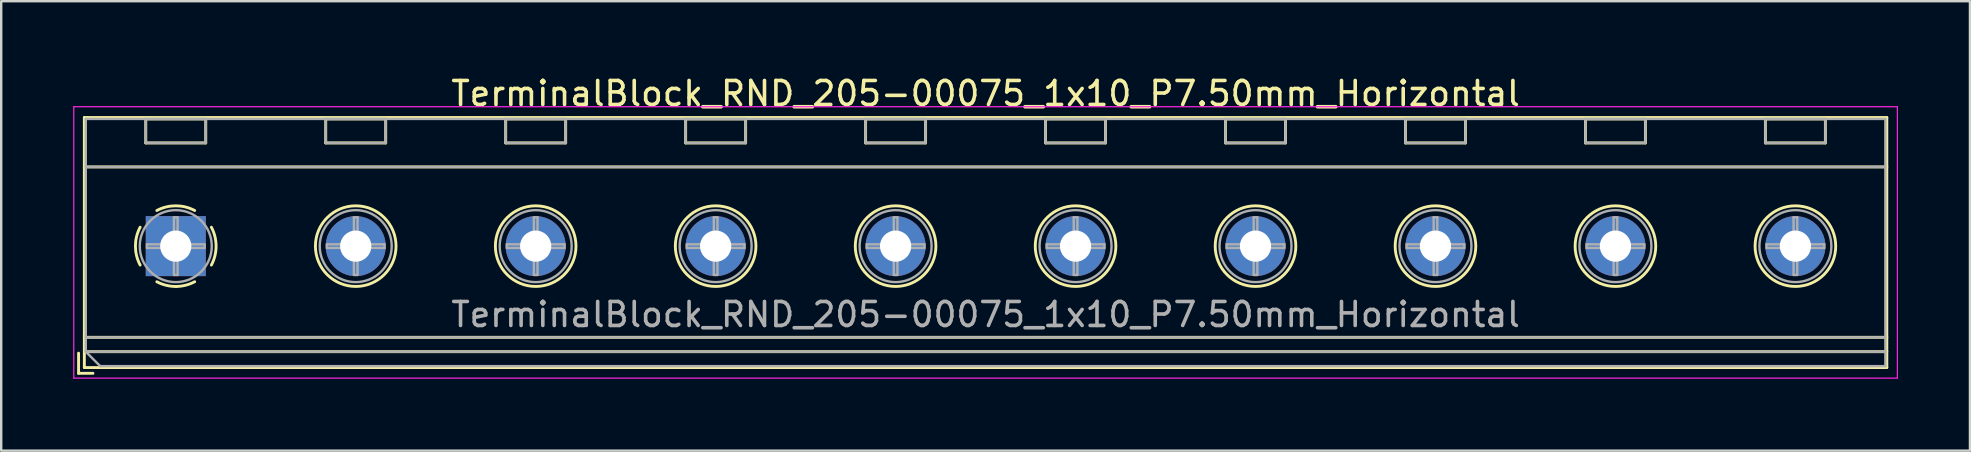
<source format=kicad_pcb>
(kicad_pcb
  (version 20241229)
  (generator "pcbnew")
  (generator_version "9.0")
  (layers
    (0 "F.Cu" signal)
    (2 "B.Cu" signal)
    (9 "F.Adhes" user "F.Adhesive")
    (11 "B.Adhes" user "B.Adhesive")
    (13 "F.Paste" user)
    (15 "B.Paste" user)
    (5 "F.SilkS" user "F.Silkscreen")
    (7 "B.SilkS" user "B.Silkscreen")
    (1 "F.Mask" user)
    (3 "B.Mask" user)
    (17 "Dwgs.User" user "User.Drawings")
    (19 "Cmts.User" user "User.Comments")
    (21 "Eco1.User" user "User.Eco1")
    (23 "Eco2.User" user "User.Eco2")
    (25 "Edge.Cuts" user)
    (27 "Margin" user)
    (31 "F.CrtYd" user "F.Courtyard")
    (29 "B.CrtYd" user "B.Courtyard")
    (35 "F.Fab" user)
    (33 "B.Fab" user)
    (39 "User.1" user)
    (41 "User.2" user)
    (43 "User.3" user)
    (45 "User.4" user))
  (footprint "TerminalBlock_RND_205-00075_1x10_P7.50mm_Horizontal"
    (layer "F.Cu")
    (at 4.275 7.208)
    (property "Reference" "TerminalBlock_RND_205-00075_1x10_P7.50mm_Horizontal" (at 33.75 -6.36 0) (layer "F.SilkS") (effects (font (size 1 1) (thickness 0.15))))
    (attr through_hole)
    (fp_line (start -4.05 4.46) (end -4.05 5.3) (stroke (width 0.12) (type solid)) (layer "F.SilkS"))
    (fp_line (start -4.05 5.3) (end -3.45 5.3) (stroke (width 0.12) (type solid)) (layer "F.SilkS"))
    (fp_line (start -3.81 -5.36) (end -3.81 5.06) (stroke (width 0.12) (type solid)) (layer "F.SilkS"))
    (fp_line (start -3.81 -5.36) (end 71.31 -5.36) (stroke (width 0.12) (type solid)) (layer "F.SilkS"))
    (fp_line (start -3.81 -3.301) (end 71.31 -3.301) (stroke (width 0.12) (type solid)) (layer "F.SilkS"))
    (fp_line (start -3.81 3.8) (end 71.31 3.8) (stroke (width 0.12) (type solid)) (layer "F.SilkS"))
    (fp_line (start -3.81 4.4) (end 71.31 4.4) (stroke (width 0.12) (type solid)) (layer "F.SilkS"))
    (fp_line (start -3.81 5.06) (end 71.31 5.06) (stroke (width 0.12) (type solid)) (layer "F.SilkS"))
    (fp_line (start -1.25 -5.301) (end -1.25 -4.301) (stroke (width 0.12) (type solid)) (layer "F.SilkS"))
    (fp_line (start -1.25 -5.301) (end 1.25 -5.301) (stroke (width 0.12) (type solid)) (layer "F.SilkS"))
    (fp_line (start -1.25 -4.301) (end 1.25 -4.301) (stroke (width 0.12) (type solid)) (layer "F.SilkS"))
    (fp_line (start 1.25 -5.301) (end 1.25 -4.301) (stroke (width 0.12) (type solid)) (layer "F.SilkS"))
    (fp_line (start 6.25 -5.301) (end 6.25 -4.301) (stroke (width 0.12) (type solid)) (layer "F.SilkS"))
    (fp_line (start 6.25 -5.301) (end 8.75 -5.301) (stroke (width 0.12) (type solid)) (layer "F.SilkS"))
    (fp_line (start 6.25 -4.301) (end 8.75 -4.301) (stroke (width 0.12) (type solid)) (layer "F.SilkS"))
    (fp_line (start 8.75 -5.301) (end 8.75 -4.301) (stroke (width 0.12) (type solid)) (layer "F.SilkS"))
    (fp_line (start 13.75 -5.301) (end 13.75 -4.301) (stroke (width 0.12) (type solid)) (layer "F.SilkS"))
    (fp_line (start 13.75 -5.301) (end 16.25 -5.301) (stroke (width 0.12) (type solid)) (layer "F.SilkS"))
    (fp_line (start 13.75 -4.301) (end 16.25 -4.301) (stroke (width 0.12) (type solid)) (layer "F.SilkS"))
    (fp_line (start 16.25 -5.301) (end 16.25 -4.301) (stroke (width 0.12) (type solid)) (layer "F.SilkS"))
    (fp_line (start 21.25 -5.301) (end 21.25 -4.301) (stroke (width 0.12) (type solid)) (layer "F.SilkS"))
    (fp_line (start 21.25 -5.301) (end 23.75 -5.301) (stroke (width 0.12) (type solid)) (layer "F.SilkS"))
    (fp_line (start 21.25 -4.301) (end 23.75 -4.301) (stroke (width 0.12) (type solid)) (layer "F.SilkS"))
    (fp_line (start 23.75 -5.301) (end 23.75 -4.301) (stroke (width 0.12) (type solid)) (layer "F.SilkS"))
    (fp_line (start 28.75 -5.301) (end 28.75 -4.301) (stroke (width 0.12) (type solid)) (layer "F.SilkS"))
    (fp_line (start 28.75 -5.301) (end 31.25 -5.301) (stroke (width 0.12) (type solid)) (layer "F.SilkS"))
    (fp_line (start 28.75 -4.301) (end 31.25 -4.301) (stroke (width 0.12) (type solid)) (layer "F.SilkS"))
    (fp_line (start 31.25 -5.301) (end 31.25 -4.301) (stroke (width 0.12) (type solid)) (layer "F.SilkS"))
    (fp_line (start 36.25 -5.301) (end 36.25 -4.301) (stroke (width 0.12) (type solid)) (layer "F.SilkS"))
    (fp_line (start 36.25 -5.301) (end 38.75 -5.301) (stroke (width 0.12) (type solid)) (layer "F.SilkS"))
    (fp_line (start 36.25 -4.301) (end 38.75 -4.301) (stroke (width 0.12) (type solid)) (layer "F.SilkS"))
    (fp_line (start 38.75 -5.301) (end 38.75 -4.301) (stroke (width 0.12) (type solid)) (layer "F.SilkS"))
    (fp_line (start 43.75 -5.301) (end 43.75 -4.301) (stroke (width 0.12) (type solid)) (layer "F.SilkS"))
    (fp_line (start 43.75 -5.301) (end 46.25 -5.301) (stroke (width 0.12) (type solid)) (layer "F.SilkS"))
    (fp_line (start 43.75 -4.301) (end 46.25 -4.301) (stroke (width 0.12) (type solid)) (layer "F.SilkS"))
    (fp_line (start 46.25 -5.301) (end 46.25 -4.301) (stroke (width 0.12) (type solid)) (layer "F.SilkS"))
    (fp_line (start 51.25 -5.301) (end 51.25 -4.301) (stroke (width 0.12) (type solid)) (layer "F.SilkS"))
    (fp_line (start 51.25 -5.301) (end 53.75 -5.301) (stroke (width 0.12) (type solid)) (layer "F.SilkS"))
    (fp_line (start 51.25 -4.301) (end 53.75 -4.301) (stroke (width 0.12) (type solid)) (layer "F.SilkS"))
    (fp_line (start 53.75 -5.301) (end 53.75 -4.301) (stroke (width 0.12) (type solid)) (layer "F.SilkS"))
    (fp_line (start 58.75 -5.301) (end 58.75 -4.301) (stroke (width 0.12) (type solid)) (layer "F.SilkS"))
    (fp_line (start 58.75 -5.301) (end 61.25 -5.301) (stroke (width 0.12) (type solid)) (layer "F.SilkS"))
    (fp_line (start 58.75 -4.301) (end 61.25 -4.301) (stroke (width 0.12) (type solid)) (layer "F.SilkS"))
    (fp_line (start 61.25 -5.301) (end 61.25 -4.301) (stroke (width 0.12) (type solid)) (layer "F.SilkS"))
    (fp_line (start 66.25 -5.301) (end 66.25 -4.301) (stroke (width 0.12) (type solid)) (layer "F.SilkS"))
    (fp_line (start 66.25 -5.301) (end 68.75 -5.301) (stroke (width 0.12) (type solid)) (layer "F.SilkS"))
    (fp_line (start 66.25 -4.301) (end 68.75 -4.301) (stroke (width 0.12) (type solid)) (layer "F.SilkS"))
    (fp_line (start 68.75 -5.301) (end 68.75 -4.301) (stroke (width 0.12) (type solid)) (layer "F.SilkS"))
    (fp_line (start 71.31 -5.36) (end 71.31 5.06) (stroke (width 0.12) (type solid)) (layer "F.SilkS"))
    (fp_arc (start -1.483953 0.789089) (mid -1.680708 0.00005) (end -1.484 -0.789) (stroke (width 0.12) (type solid)) (layer "F.SilkS"))
    (fp_arc (start -0.789089 -1.483953) (mid -0.00005 -1.680708) (end 0.789 -1.484) (stroke (width 0.12) (type solid)) (layer "F.SilkS"))
    (fp_arc (start 0.029383 1.68045) (mid -0.392304 1.634281) (end -0.789 1.484) (stroke (width 0.12) (type solid)) (layer "F.SilkS"))
    (fp_arc (start 0.788712 1.483352) (mid 0.406429 1.630097) (end 0 1.68) (stroke (width 0.12) (type solid)) (layer "F.SilkS"))
    (fp_arc (start 1.483953 -0.789089) (mid 1.680708 -0.00005) (end 1.484 0.789) (stroke (width 0.12) (type solid)) (layer "F.SilkS"))
    (fp_circle (center 7.5 0) (end 9.18 0) (stroke (width 0.12) (type solid)) (fill no) (layer "F.SilkS"))
    (fp_circle (center 15 0) (end 16.68 0) (stroke (width 0.12) (type solid)) (fill no) (layer "F.SilkS"))
    (fp_circle (center 22.5 0) (end 24.18 0) (stroke (width 0.12) (type solid)) (fill no) (layer "F.SilkS"))
    (fp_circle (center 30 0) (end 31.68 0) (stroke (width 0.12) (type solid)) (fill no) (layer "F.SilkS"))
    (fp_circle (center 37.5 0) (end 39.18 0) (stroke (width 0.12) (type solid)) (fill no) (layer "F.SilkS"))
    (fp_circle (center 45 0) (end 46.68 0) (stroke (width 0.12) (type solid)) (fill no) (layer "F.SilkS"))
    (fp_circle (center 52.5 0) (end 54.18 0) (stroke (width 0.12) (type solid)) (fill no) (layer "F.SilkS"))
    (fp_circle (center 60 0) (end 61.68 0) (stroke (width 0.12) (type solid)) (fill no) (layer "F.SilkS"))
    (fp_circle (center 67.5 0) (end 69.18 0) (stroke (width 0.12) (type solid)) (fill no) (layer "F.SilkS"))
    (fp_line (start -4.25 -5.81) (end -4.25 5.5) (stroke (width 0.05) (type solid)) (layer "F.CrtYd"))
    (fp_line (start -4.25 5.5) (end 71.75 5.5) (stroke (width 0.05) (type solid)) (layer "F.CrtYd"))
    (fp_line (start 71.75 -5.81) (end -4.25 -5.81) (stroke (width 0.05) (type solid)) (layer "F.CrtYd"))
    (fp_line (start 71.75 5.5) (end 71.75 -5.81) (stroke (width 0.05) (type solid)) (layer "F.CrtYd"))
    (fp_line (start -3.75 -5.3) (end 71.25 -5.3) (stroke (width 0.1) (type solid)) (layer "F.Fab"))
    (fp_line (start -3.75 -3.3) (end 71.25 -3.3) (stroke (width 0.1) (type solid)) (layer "F.Fab"))
    (fp_line (start -3.75 3.8) (end 71.25 3.8) (stroke (width 0.1) (type solid)) (layer "F.Fab"))
    (fp_line (start -3.75 4.4) (end -3.75 -5.3) (stroke (width 0.1) (type solid)) (layer "F.Fab"))
    (fp_line (start -3.75 4.4) (end 71.25 4.4) (stroke (width 0.1) (type solid)) (layer "F.Fab"))
    (fp_line (start -3.15 5) (end -3.75 4.4) (stroke (width 0.1) (type solid)) (layer "F.Fab"))
    (fp_line (start -1.25 -5.3) (end -1.25 -4.3) (stroke (width 0.1) (type solid)) (layer "F.Fab"))
    (fp_line (start -1.25 -4.3) (end 1.25 -4.3) (stroke (width 0.1) (type solid)) (layer "F.Fab"))
    (fp_line (start -1.201 -0.076) (end -0.076 -0.076) (stroke (width 0.1) (type solid)) (layer "F.Fab"))
    (fp_line (start -1.201 0.076) (end -1.201 -0.076) (stroke (width 0.1) (type solid)) (layer "F.Fab"))
    (fp_line (start -0.076 -1.201) (end 0.076 -1.201) (stroke (width 0.1) (type solid)) (layer "F.Fab"))
    (fp_line (start -0.076 -0.076) (end -0.076 -1.201) (stroke (width 0.1) (type solid)) (layer "F.Fab"))
    (fp_line (start -0.076 0.076) (end -1.201 0.076) (stroke (width 0.1) (type solid)) (layer "F.Fab"))
    (fp_line (start -0.076 1.201) (end -0.076 0.076) (stroke (width 0.1) (type solid)) (layer "F.Fab"))
    (fp_line (start 0.076 -1.201) (end 0.076 -0.076) (stroke (width 0.1) (type solid)) (layer "F.Fab"))
    (fp_line (start 0.076 -0.076) (end 1.201 -0.076) (stroke (width 0.1) (type solid)) (layer "F.Fab"))
    (fp_line (start 0.076 0.076) (end 0.076 1.201) (stroke (width 0.1) (type solid)) (layer "F.Fab"))
    (fp_line (start 0.076 1.201) (end -0.076 1.201) (stroke (width 0.1) (type solid)) (layer "F.Fab"))
    (fp_line (start 1.201 -0.076) (end 1.201 0.076) (stroke (width 0.1) (type solid)) (layer "F.Fab"))
    (fp_line (start 1.201 0.076) (end 0.076 0.076) (stroke (width 0.1) (type solid)) (layer "F.Fab"))
    (fp_line (start 1.25 -5.3) (end -1.25 -5.3) (stroke (width 0.1) (type solid)) (layer "F.Fab"))
    (fp_line (start 1.25 -4.3) (end 1.25 -5.3) (stroke (width 0.1) (type solid)) (layer "F.Fab"))
    (fp_line (start 6.25 -5.3) (end 6.25 -4.3) (stroke (width 0.1) (type solid)) (layer "F.Fab"))
    (fp_line (start 6.25 -4.3) (end 8.75 -4.3) (stroke (width 0.1) (type solid)) (layer "F.Fab"))
    (fp_line (start 6.299 -0.076) (end 7.424 -0.076) (stroke (width 0.1) (type solid)) (layer "F.Fab"))
    (fp_line (start 6.299 0.076) (end 6.299 -0.076) (stroke (width 0.1) (type solid)) (layer "F.Fab"))
    (fp_line (start 7.424 -1.201) (end 7.576 -1.201) (stroke (width 0.1) (type solid)) (layer "F.Fab"))
    (fp_line (start 7.424 -0.076) (end 7.424 -1.201) (stroke (width 0.1) (type solid)) (layer "F.Fab"))
    (fp_line (start 7.424 0.076) (end 6.299 0.076) (stroke (width 0.1) (type solid)) (layer "F.Fab"))
    (fp_line (start 7.424 1.201) (end 7.424 0.076) (stroke (width 0.1) (type solid)) (layer "F.Fab"))
    (fp_line (start 7.576 -1.201) (end 7.576 -0.076) (stroke (width 0.1) (type solid)) (layer "F.Fab"))
    (fp_line (start 7.576 -0.076) (end 8.701 -0.076) (stroke (width 0.1) (type solid)) (layer "F.Fab"))
    (fp_line (start 7.576 0.076) (end 7.576 1.201) (stroke (width 0.1) (type solid)) (layer "F.Fab"))
    (fp_line (start 7.576 1.201) (end 7.424 1.201) (stroke (width 0.1) (type solid)) (layer "F.Fab"))
    (fp_line (start 8.701 -0.076) (end 8.701 0.076) (stroke (width 0.1) (type solid)) (layer "F.Fab"))
    (fp_line (start 8.701 0.076) (end 7.576 0.076) (stroke (width 0.1) (type solid)) (layer "F.Fab"))
    (fp_line (start 8.75 -5.3) (end 6.25 -5.3) (stroke (width 0.1) (type solid)) (layer "F.Fab"))
    (fp_line (start 8.75 -4.3) (end 8.75 -5.3) (stroke (width 0.1) (type solid)) (layer "F.Fab"))
    (fp_line (start 13.75 -5.3) (end 13.75 -4.3) (stroke (width 0.1) (type solid)) (layer "F.Fab"))
    (fp_line (start 13.75 -4.3) (end 16.25 -4.3) (stroke (width 0.1) (type solid)) (layer "F.Fab"))
    (fp_line (start 13.799 -0.076) (end 14.924 -0.076) (stroke (width 0.1) (type solid)) (layer "F.Fab"))
    (fp_line (start 13.799 0.076) (end 13.799 -0.076) (stroke (width 0.1) (type solid)) (layer "F.Fab"))
    (fp_line (start 14.924 -1.201) (end 15.076 -1.201) (stroke (width 0.1) (type solid)) (layer "F.Fab"))
    (fp_line (start 14.924 -0.076) (end 14.924 -1.201) (stroke (width 0.1) (type solid)) (layer "F.Fab"))
    (fp_line (start 14.924 0.076) (end 13.799 0.076) (stroke (width 0.1) (type solid)) (layer "F.Fab"))
    (fp_line (start 14.924 1.201) (end 14.924 0.076) (stroke (width 0.1) (type solid)) (layer "F.Fab"))
    (fp_line (start 15.076 -1.201) (end 15.076 -0.076) (stroke (width 0.1) (type solid)) (layer "F.Fab"))
    (fp_line (start 15.076 -0.076) (end 16.201 -0.076) (stroke (width 0.1) (type solid)) (layer "F.Fab"))
    (fp_line (start 15.076 0.076) (end 15.076 1.201) (stroke (width 0.1) (type solid)) (layer "F.Fab"))
    (fp_line (start 15.076 1.201) (end 14.924 1.201) (stroke (width 0.1) (type solid)) (layer "F.Fab"))
    (fp_line (start 16.201 -0.076) (end 16.201 0.076) (stroke (width 0.1) (type solid)) (layer "F.Fab"))
    (fp_line (start 16.201 0.076) (end 15.076 0.076) (stroke (width 0.1) (type solid)) (layer "F.Fab"))
    (fp_line (start 16.25 -5.3) (end 13.75 -5.3) (stroke (width 0.1) (type solid)) (layer "F.Fab"))
    (fp_line (start 16.25 -4.3) (end 16.25 -5.3) (stroke (width 0.1) (type solid)) (layer "F.Fab"))
    (fp_line (start 21.25 -5.3) (end 21.25 -4.3) (stroke (width 0.1) (type solid)) (layer "F.Fab"))
    (fp_line (start 21.25 -4.3) (end 23.75 -4.3) (stroke (width 0.1) (type solid)) (layer "F.Fab"))
    (fp_line (start 21.299 -0.076) (end 22.424 -0.076) (stroke (width 0.1) (type solid)) (layer "F.Fab"))
    (fp_line (start 21.299 0.076) (end 21.299 -0.076) (stroke (width 0.1) (type solid)) (layer "F.Fab"))
    (fp_line (start 22.424 -1.201) (end 22.576 -1.201) (stroke (width 0.1) (type solid)) (layer "F.Fab"))
    (fp_line (start 22.424 -0.076) (end 22.424 -1.201) (stroke (width 0.1) (type solid)) (layer "F.Fab"))
    (fp_line (start 22.424 0.076) (end 21.299 0.076) (stroke (width 0.1) (type solid)) (layer "F.Fab"))
    (fp_line (start 22.424 1.201) (end 22.424 0.076) (stroke (width 0.1) (type solid)) (layer "F.Fab"))
    (fp_line (start 22.576 -1.201) (end 22.576 -0.076) (stroke (width 0.1) (type solid)) (layer "F.Fab"))
    (fp_line (start 22.576 -0.076) (end 23.701 -0.076) (stroke (width 0.1) (type solid)) (layer "F.Fab"))
    (fp_line (start 22.576 0.076) (end 22.576 1.201) (stroke (width 0.1) (type solid)) (layer "F.Fab"))
    (fp_line (start 22.576 1.201) (end 22.424 1.201) (stroke (width 0.1) (type solid)) (layer "F.Fab"))
    (fp_line (start 23.701 -0.076) (end 23.701 0.076) (stroke (width 0.1) (type solid)) (layer "F.Fab"))
    (fp_line (start 23.701 0.076) (end 22.576 0.076) (stroke (width 0.1) (type solid)) (layer "F.Fab"))
    (fp_line (start 23.75 -5.3) (end 21.25 -5.3) (stroke (width 0.1) (type solid)) (layer "F.Fab"))
    (fp_line (start 23.75 -4.3) (end 23.75 -5.3) (stroke (width 0.1) (type solid)) (layer "F.Fab"))
    (fp_line (start 28.75 -5.3) (end 28.75 -4.3) (stroke (width 0.1) (type solid)) (layer "F.Fab"))
    (fp_line (start 28.75 -4.3) (end 31.25 -4.3) (stroke (width 0.1) (type solid)) (layer "F.Fab"))
    (fp_line (start 28.799 -0.076) (end 29.924 -0.076) (stroke (width 0.1) (type solid)) (layer "F.Fab"))
    (fp_line (start 28.799 0.076) (end 28.799 -0.076) (stroke (width 0.1) (type solid)) (layer "F.Fab"))
    (fp_line (start 29.924 -1.201) (end 30.076 -1.201) (stroke (width 0.1) (type solid)) (layer "F.Fab"))
    (fp_line (start 29.924 -0.076) (end 29.924 -1.201) (stroke (width 0.1) (type solid)) (layer "F.Fab"))
    (fp_line (start 29.924 0.076) (end 28.799 0.076) (stroke (width 0.1) (type solid)) (layer "F.Fab"))
    (fp_line (start 29.924 1.201) (end 29.924 0.076) (stroke (width 0.1) (type solid)) (layer "F.Fab"))
    (fp_line (start 30.076 -1.201) (end 30.076 -0.076) (stroke (width 0.1) (type solid)) (layer "F.Fab"))
    (fp_line (start 30.076 -0.076) (end 31.201 -0.076) (stroke (width 0.1) (type solid)) (layer "F.Fab"))
    (fp_line (start 30.076 0.076) (end 30.076 1.201) (stroke (width 0.1) (type solid)) (layer "F.Fab"))
    (fp_line (start 30.076 1.201) (end 29.924 1.201) (stroke (width 0.1) (type solid)) (layer "F.Fab"))
    (fp_line (start 31.201 -0.076) (end 31.201 0.076) (stroke (width 0.1) (type solid)) (layer "F.Fab"))
    (fp_line (start 31.201 0.076) (end 30.076 0.076) (stroke (width 0.1) (type solid)) (layer "F.Fab"))
    (fp_line (start 31.25 -5.3) (end 28.75 -5.3) (stroke (width 0.1) (type solid)) (layer "F.Fab"))
    (fp_line (start 31.25 -4.3) (end 31.25 -5.3) (stroke (width 0.1) (type solid)) (layer "F.Fab"))
    (fp_line (start 36.25 -5.3) (end 36.25 -4.3) (stroke (width 0.1) (type solid)) (layer "F.Fab"))
    (fp_line (start 36.25 -4.3) (end 38.75 -4.3) (stroke (width 0.1) (type solid)) (layer "F.Fab"))
    (fp_line (start 36.299 -0.076) (end 37.424 -0.076) (stroke (width 0.1) (type solid)) (layer "F.Fab"))
    (fp_line (start 36.299 0.076) (end 36.299 -0.076) (stroke (width 0.1) (type solid)) (layer "F.Fab"))
    (fp_line (start 37.424 -1.201) (end 37.576 -1.201) (stroke (width 0.1) (type solid)) (layer "F.Fab"))
    (fp_line (start 37.424 -0.076) (end 37.424 -1.201) (stroke (width 0.1) (type solid)) (layer "F.Fab"))
    (fp_line (start 37.424 0.076) (end 36.299 0.076) (stroke (width 0.1) (type solid)) (layer "F.Fab"))
    (fp_line (start 37.424 1.201) (end 37.424 0.076) (stroke (width 0.1) (type solid)) (layer "F.Fab"))
    (fp_line (start 37.576 -1.201) (end 37.576 -0.076) (stroke (width 0.1) (type solid)) (layer "F.Fab"))
    (fp_line (start 37.576 -0.076) (end 38.701 -0.076) (stroke (width 0.1) (type solid)) (layer "F.Fab"))
    (fp_line (start 37.576 0.076) (end 37.576 1.201) (stroke (width 0.1) (type solid)) (layer "F.Fab"))
    (fp_line (start 37.576 1.201) (end 37.424 1.201) (stroke (width 0.1) (type solid)) (layer "F.Fab"))
    (fp_line (start 38.701 -0.076) (end 38.701 0.076) (stroke (width 0.1) (type solid)) (layer "F.Fab"))
    (fp_line (start 38.701 0.076) (end 37.576 0.076) (stroke (width 0.1) (type solid)) (layer "F.Fab"))
    (fp_line (start 38.75 -5.3) (end 36.25 -5.3) (stroke (width 0.1) (type solid)) (layer "F.Fab"))
    (fp_line (start 38.75 -4.3) (end 38.75 -5.3) (stroke (width 0.1) (type solid)) (layer "F.Fab"))
    (fp_line (start 43.75 -5.3) (end 43.75 -4.3) (stroke (width 0.1) (type solid)) (layer "F.Fab"))
    (fp_line (start 43.75 -4.3) (end 46.25 -4.3) (stroke (width 0.1) (type solid)) (layer "F.Fab"))
    (fp_line (start 43.799 -0.076) (end 44.924 -0.076) (stroke (width 0.1) (type solid)) (layer "F.Fab"))
    (fp_line (start 43.799 0.076) (end 43.799 -0.076) (stroke (width 0.1) (type solid)) (layer "F.Fab"))
    (fp_line (start 44.924 -1.201) (end 45.076 -1.201) (stroke (width 0.1) (type solid)) (layer "F.Fab"))
    (fp_line (start 44.924 -0.076) (end 44.924 -1.201) (stroke (width 0.1) (type solid)) (layer "F.Fab"))
    (fp_line (start 44.924 0.076) (end 43.799 0.076) (stroke (width 0.1) (type solid)) (layer "F.Fab"))
    (fp_line (start 44.924 1.201) (end 44.924 0.076) (stroke (width 0.1) (type solid)) (layer "F.Fab"))
    (fp_line (start 45.076 -1.201) (end 45.076 -0.076) (stroke (width 0.1) (type solid)) (layer "F.Fab"))
    (fp_line (start 45.076 -0.076) (end 46.201 -0.076) (stroke (width 0.1) (type solid)) (layer "F.Fab"))
    (fp_line (start 45.076 0.076) (end 45.076 1.201) (stroke (width 0.1) (type solid)) (layer "F.Fab"))
    (fp_line (start 45.076 1.201) (end 44.924 1.201) (stroke (width 0.1) (type solid)) (layer "F.Fab"))
    (fp_line (start 46.201 -0.076) (end 46.201 0.076) (stroke (width 0.1) (type solid)) (layer "F.Fab"))
    (fp_line (start 46.201 0.076) (end 45.076 0.076) (stroke (width 0.1) (type solid)) (layer "F.Fab"))
    (fp_line (start 46.25 -5.3) (end 43.75 -5.3) (stroke (width 0.1) (type solid)) (layer "F.Fab"))
    (fp_line (start 46.25 -4.3) (end 46.25 -5.3) (stroke (width 0.1) (type solid)) (layer "F.Fab"))
    (fp_line (start 51.25 -5.3) (end 51.25 -4.3) (stroke (width 0.1) (type solid)) (layer "F.Fab"))
    (fp_line (start 51.25 -4.3) (end 53.75 -4.3) (stroke (width 0.1) (type solid)) (layer "F.Fab"))
    (fp_line (start 51.299 -0.076) (end 52.424 -0.076) (stroke (width 0.1) (type solid)) (layer "F.Fab"))
    (fp_line (start 51.299 0.076) (end 51.299 -0.076) (stroke (width 0.1) (type solid)) (layer "F.Fab"))
    (fp_line (start 52.424 -1.201) (end 52.576 -1.201) (stroke (width 0.1) (type solid)) (layer "F.Fab"))
    (fp_line (start 52.424 -0.076) (end 52.424 -1.201) (stroke (width 0.1) (type solid)) (layer "F.Fab"))
    (fp_line (start 52.424 0.076) (end 51.299 0.076) (stroke (width 0.1) (type solid)) (layer "F.Fab"))
    (fp_line (start 52.424 1.201) (end 52.424 0.076) (stroke (width 0.1) (type solid)) (layer "F.Fab"))
    (fp_line (start 52.576 -1.201) (end 52.576 -0.076) (stroke (width 0.1) (type solid)) (layer "F.Fab"))
    (fp_line (start 52.576 -0.076) (end 53.701 -0.076) (stroke (width 0.1) (type solid)) (layer "F.Fab"))
    (fp_line (start 52.576 0.076) (end 52.576 1.201) (stroke (width 0.1) (type solid)) (layer "F.Fab"))
    (fp_line (start 52.576 1.201) (end 52.424 1.201) (stroke (width 0.1) (type solid)) (layer "F.Fab"))
    (fp_line (start 53.701 -0.076) (end 53.701 0.076) (stroke (width 0.1) (type solid)) (layer "F.Fab"))
    (fp_line (start 53.701 0.076) (end 52.576 0.076) (stroke (width 0.1) (type solid)) (layer "F.Fab"))
    (fp_line (start 53.75 -5.3) (end 51.25 -5.3) (stroke (width 0.1) (type solid)) (layer "F.Fab"))
    (fp_line (start 53.75 -4.3) (end 53.75 -5.3) (stroke (width 0.1) (type solid)) (layer "F.Fab"))
    (fp_line (start 58.75 -5.3) (end 58.75 -4.3) (stroke (width 0.1) (type solid)) (layer "F.Fab"))
    (fp_line (start 58.75 -4.3) (end 61.25 -4.3) (stroke (width 0.1) (type solid)) (layer "F.Fab"))
    (fp_line (start 58.799 -0.076) (end 59.924 -0.076) (stroke (width 0.1) (type solid)) (layer "F.Fab"))
    (fp_line (start 58.799 0.076) (end 58.799 -0.076) (stroke (width 0.1) (type solid)) (layer "F.Fab"))
    (fp_line (start 59.924 -1.201) (end 60.076 -1.201) (stroke (width 0.1) (type solid)) (layer "F.Fab"))
    (fp_line (start 59.924 -0.076) (end 59.924 -1.201) (stroke (width 0.1) (type solid)) (layer "F.Fab"))
    (fp_line (start 59.924 0.076) (end 58.799 0.076) (stroke (width 0.1) (type solid)) (layer "F.Fab"))
    (fp_line (start 59.924 1.201) (end 59.924 0.076) (stroke (width 0.1) (type solid)) (layer "F.Fab"))
    (fp_line (start 60.076 -1.201) (end 60.076 -0.076) (stroke (width 0.1) (type solid)) (layer "F.Fab"))
    (fp_line (start 60.076 -0.076) (end 61.201 -0.076) (stroke (width 0.1) (type solid)) (layer "F.Fab"))
    (fp_line (start 60.076 0.076) (end 60.076 1.201) (stroke (width 0.1) (type solid)) (layer "F.Fab"))
    (fp_line (start 60.076 1.201) (end 59.924 1.201) (stroke (width 0.1) (type solid)) (layer "F.Fab"))
    (fp_line (start 61.201 -0.076) (end 61.201 0.076) (stroke (width 0.1) (type solid)) (layer "F.Fab"))
    (fp_line (start 61.201 0.076) (end 60.076 0.076) (stroke (width 0.1) (type solid)) (layer "F.Fab"))
    (fp_line (start 61.25 -5.3) (end 58.75 -5.3) (stroke (width 0.1) (type solid)) (layer "F.Fab"))
    (fp_line (start 61.25 -4.3) (end 61.25 -5.3) (stroke (width 0.1) (type solid)) (layer "F.Fab"))
    (fp_line (start 66.25 -5.3) (end 66.25 -4.3) (stroke (width 0.1) (type solid)) (layer "F.Fab"))
    (fp_line (start 66.25 -4.3) (end 68.75 -4.3) (stroke (width 0.1) (type solid)) (layer "F.Fab"))
    (fp_line (start 66.299 -0.076) (end 67.424 -0.076) (stroke (width 0.1) (type solid)) (layer "F.Fab"))
    (fp_line (start 66.299 0.076) (end 66.299 -0.076) (stroke (width 0.1) (type solid)) (layer "F.Fab"))
    (fp_line (start 67.424 -1.201) (end 67.576 -1.201) (stroke (width 0.1) (type solid)) (layer "F.Fab"))
    (fp_line (start 67.424 -0.076) (end 67.424 -1.201) (stroke (width 0.1) (type solid)) (layer "F.Fab"))
    (fp_line (start 67.424 0.076) (end 66.299 0.076) (stroke (width 0.1) (type solid)) (layer "F.Fab"))
    (fp_line (start 67.424 1.201) (end 67.424 0.076) (stroke (width 0.1) (type solid)) (layer "F.Fab"))
    (fp_line (start 67.576 -1.201) (end 67.576 -0.076) (stroke (width 0.1) (type solid)) (layer "F.Fab"))
    (fp_line (start 67.576 -0.076) (end 68.701 -0.076) (stroke (width 0.1) (type solid)) (layer "F.Fab"))
    (fp_line (start 67.576 0.076) (end 67.576 1.201) (stroke (width 0.1) (type solid)) (layer "F.Fab"))
    (fp_line (start 67.576 1.201) (end 67.424 1.201) (stroke (width 0.1) (type solid)) (layer "F.Fab"))
    (fp_line (start 68.701 -0.076) (end 68.701 0.076) (stroke (width 0.1) (type solid)) (layer "F.Fab"))
    (fp_line (start 68.701 0.076) (end 67.576 0.076) (stroke (width 0.1) (type solid)) (layer "F.Fab"))
    (fp_line (start 68.75 -5.3) (end 66.25 -5.3) (stroke (width 0.1) (type solid)) (layer "F.Fab"))
    (fp_line (start 68.75 -4.3) (end 68.75 -5.3) (stroke (width 0.1) (type solid)) (layer "F.Fab"))
    (fp_line (start 71.25 -5.3) (end 71.25 5) (stroke (width 0.1) (type solid)) (layer "F.Fab"))
    (fp_line (start 71.25 5) (end -3.15 5) (stroke (width 0.1) (type solid)) (layer "F.Fab"))
    (fp_circle (center 0 0) (end 1.5 0) (stroke (width 0.1) (type solid)) (fill no) (layer "F.Fab"))
    (fp_circle (center 7.5 0) (end 9 0) (stroke (width 0.1) (type solid)) (fill no) (layer "F.Fab"))
    (fp_circle (center 15 0) (end 16.5 0) (stroke (width 0.1) (type solid)) (fill no) (layer "F.Fab"))
    (fp_circle (center 22.5 0) (end 24 0) (stroke (width 0.1) (type solid)) (fill no) (layer "F.Fab"))
    (fp_circle (center 30 0) (end 31.5 0) (stroke (width 0.1) (type solid)) (fill no) (layer "F.Fab"))
    (fp_circle (center 37.5 0) (end 39 0) (stroke (width 0.1) (type solid)) (fill no) (layer "F.Fab"))
    (fp_circle (center 45 0) (end 46.5 0) (stroke (width 0.1) (type solid)) (fill no) (layer "F.Fab"))
    (fp_circle (center 52.5 0) (end 54 0) (stroke (width 0.1) (type solid)) (fill no) (layer "F.Fab"))
    (fp_circle (center 60 0) (end 61.5 0) (stroke (width 0.1) (type solid)) (fill no) (layer "F.Fab"))
    (fp_circle (center 67.5 0) (end 69 0) (stroke (width 0.1) (type solid)) (fill no) (layer "F.Fab"))
    (fp_text user "${REFERENCE}" (at 33.75 2.85 0) (layer "F.Fab") (effects (font (size 1 1) (thickness 0.15))))
    (pad "1" thru_hole rect (at 0 0) (size 2.5 2.5) (drill 1.3) (layers "*.Cu" "*.Mask"))
    (pad "2" thru_hole circle (at 7.5 0) (size 2.5 2.5) (drill 1.3) (layers "*.Cu" "*.Mask"))
    (pad "3" thru_hole circle (at 15 0) (size 2.5 2.5) (drill 1.3) (layers "*.Cu" "*.Mask"))
    (pad "4" thru_hole circle (at 22.5 0) (size 2.5 2.5) (drill 1.3) (layers "*.Cu" "*.Mask"))
    (pad "5" thru_hole circle (at 30 0) (size 2.5 2.5) (drill 1.3) (layers "*.Cu" "*.Mask"))
    (pad "6" thru_hole circle (at 37.5 0) (size 2.5 2.5) (drill 1.3) (layers "*.Cu" "*.Mask"))
    (pad "7" thru_hole circle (at 45 0) (size 2.5 2.5) (drill 1.3) (layers "*.Cu" "*.Mask"))
    (pad "8" thru_hole circle (at 52.5 0) (size 2.5 2.5) (drill 1.3) (layers "*.Cu" "*.Mask"))
    (pad "9" thru_hole circle (at 60 0) (size 2.5 2.5) (drill 1.3) (layers "*.Cu" "*.Mask"))
    (pad "10" thru_hole circle (at 67.5 0) (size 2.5 2.5) (drill 1.3) (layers "*.Cu" "*.Mask")))
  (gr_rect
    (start -3 -3)
    (end 79.05 15.733)
    (stroke (width 0.1) (type default))
    (fill no)
    (layer "Edge.Cuts")))
</source>
